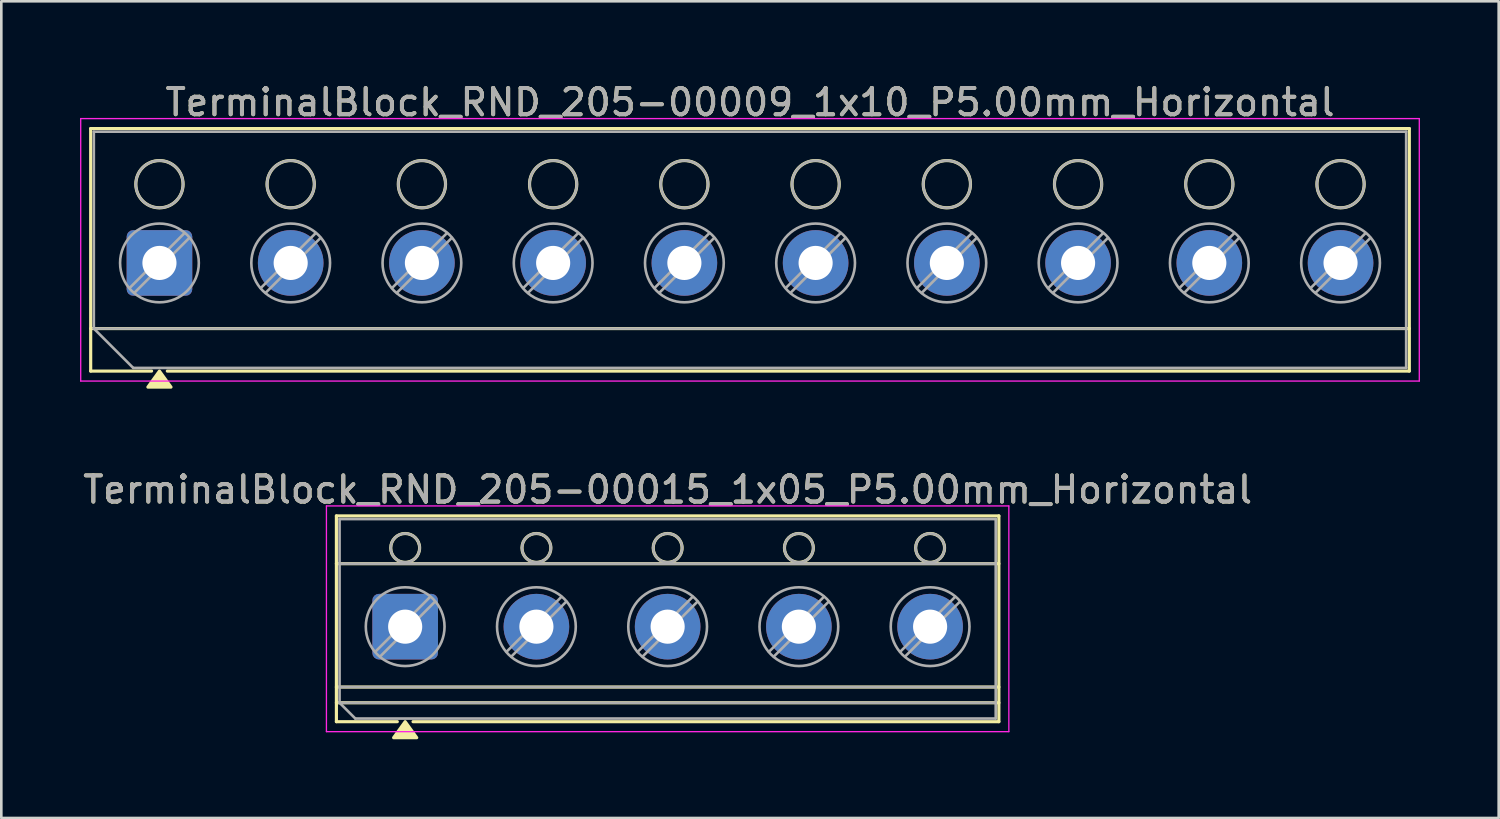
<source format=kicad_pcb>
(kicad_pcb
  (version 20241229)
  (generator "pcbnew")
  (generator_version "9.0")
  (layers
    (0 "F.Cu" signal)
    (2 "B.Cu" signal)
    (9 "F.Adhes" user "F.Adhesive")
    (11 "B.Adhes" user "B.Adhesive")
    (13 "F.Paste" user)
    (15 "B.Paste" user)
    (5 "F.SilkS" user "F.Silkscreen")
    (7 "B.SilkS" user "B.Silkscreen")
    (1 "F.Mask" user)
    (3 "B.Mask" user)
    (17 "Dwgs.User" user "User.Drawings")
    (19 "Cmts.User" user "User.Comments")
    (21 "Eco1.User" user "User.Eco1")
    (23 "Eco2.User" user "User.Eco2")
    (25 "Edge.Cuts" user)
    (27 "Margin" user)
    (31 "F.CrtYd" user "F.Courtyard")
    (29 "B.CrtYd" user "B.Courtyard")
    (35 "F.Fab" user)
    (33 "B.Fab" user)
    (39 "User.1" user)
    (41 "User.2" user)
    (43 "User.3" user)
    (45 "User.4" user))
  (footprint "TerminalBlock_RND_205-00015_1x05_P5.00mm_Horizontal"
    (layer "F.Cu")
    (at 12.387 20.826)
    (property "Reference" "TerminalBlock_RND_205-00015_1x05_P5.00mm_Horizontal" (at 10 -5.22 0) (layer "F.SilkS") (effects (font (size 1 1) (thickness 0.15))))
    (attr through_hole)
    (fp_line (start -2.62 -4.22) (end -2.62 3.62) (stroke (width 0.12) (type solid)) (layer "F.SilkS"))
    (fp_line (start -2.62 -4.22) (end 22.62 -4.22) (stroke (width 0.12) (type solid)) (layer "F.SilkS"))
    (fp_line (start -2.62 -2.4) (end 22.62 -2.4) (stroke (width 0.12) (type solid)) (layer "F.SilkS"))
    (fp_line (start -2.62 2.3) (end 22.62 2.3) (stroke (width 0.12) (type solid)) (layer "F.SilkS"))
    (fp_line (start -2.62 2.9) (end 22.62 2.9) (stroke (width 0.12) (type solid)) (layer "F.SilkS"))
    (fp_line (start -2.62 3.62) (end -0.3 3.62) (stroke (width 0.12) (type solid)) (layer "F.SilkS"))
    (fp_line (start 0.3 3.62) (end 22.62 3.62) (stroke (width 0.12) (type solid)) (layer "F.SilkS"))
    (fp_line (start 22.62 -4.22) (end 22.62 3.62) (stroke (width 0.12) (type solid)) (layer "F.SilkS"))
    (fp_circle (center 0 -3) (end 0.55 -3) (stroke (width 0.12) (type solid)) (fill no) (layer "F.SilkS"))
    (fp_circle (center 5 -3) (end 5.55 -3) (stroke (width 0.12) (type solid)) (fill no) (layer "F.SilkS"))
    (fp_circle (center 10 -3) (end 10.55 -3) (stroke (width 0.12) (type solid)) (fill no) (layer "F.SilkS"))
    (fp_circle (center 15 -3) (end 15.55 -3) (stroke (width 0.12) (type solid)) (fill no) (layer "F.SilkS"))
    (fp_circle (center 20 -3) (end 20.55 -3) (stroke (width 0.12) (type solid)) (fill no) (layer "F.SilkS"))
    (fp_poly (pts (xy 0 3.62) (xy 0.44 4.23) (xy -0.44 4.23)) (stroke (width 0.12) (type solid)) (fill yes) (layer "F.SilkS"))
    (fp_line (start -3 -4.6) (end -3 4) (stroke (width 0.05) (type solid)) (layer "F.CrtYd"))
    (fp_line (start -3 4) (end 23 4) (stroke (width 0.05) (type solid)) (layer "F.CrtYd"))
    (fp_line (start 23 -4.6) (end -3 -4.6) (stroke (width 0.05) (type solid)) (layer "F.CrtYd"))
    (fp_line (start 23 4) (end 23 -4.6) (stroke (width 0.05) (type solid)) (layer "F.CrtYd"))
    (fp_line (start -2.5 -4.1) (end 22.5 -4.1) (stroke (width 0.1) (type solid)) (layer "F.Fab"))
    (fp_line (start -2.5 -2.4) (end 22.5 -2.4) (stroke (width 0.1) (type solid)) (layer "F.Fab"))
    (fp_line (start -2.5 2.3) (end 22.5 2.3) (stroke (width 0.1) (type solid)) (layer "F.Fab"))
    (fp_line (start -2.5 2.9) (end -2.5 -4.1) (stroke (width 0.1) (type solid)) (layer "F.Fab"))
    (fp_line (start -2.5 2.9) (end 22.5 2.9) (stroke (width 0.1) (type solid)) (layer "F.Fab"))
    (fp_line (start -1.9 3.5) (end -2.5 2.9) (stroke (width 0.1) (type solid)) (layer "F.Fab"))
    (fp_line (start 0.955 -1.138) (end -1.138 0.955) (stroke (width 0.1) (type solid)) (layer "F.Fab"))
    (fp_line (start 1.138 -0.955) (end -0.955 1.138) (stroke (width 0.1) (type solid)) (layer "F.Fab"))
    (fp_line (start 5.955 -1.138) (end 3.862 0.955) (stroke (width 0.1) (type solid)) (layer "F.Fab"))
    (fp_line (start 6.138 -0.955) (end 4.045 1.138) (stroke (width 0.1) (type solid)) (layer "F.Fab"))
    (fp_line (start 10.955 -1.138) (end 8.862 0.955) (stroke (width 0.1) (type solid)) (layer "F.Fab"))
    (fp_line (start 11.138 -0.955) (end 9.045 1.138) (stroke (width 0.1) (type solid)) (layer "F.Fab"))
    (fp_line (start 15.955 -1.138) (end 13.862 0.955) (stroke (width 0.1) (type solid)) (layer "F.Fab"))
    (fp_line (start 16.138 -0.955) (end 14.045 1.138) (stroke (width 0.1) (type solid)) (layer "F.Fab"))
    (fp_line (start 20.955 -1.138) (end 18.862 0.955) (stroke (width 0.1) (type solid)) (layer "F.Fab"))
    (fp_line (start 21.138 -0.955) (end 19.045 1.138) (stroke (width 0.1) (type solid)) (layer "F.Fab"))
    (fp_line (start 22.5 -4.1) (end 22.5 3.5) (stroke (width 0.1) (type solid)) (layer "F.Fab"))
    (fp_line (start 22.5 3.5) (end -1.9 3.5) (stroke (width 0.1) (type solid)) (layer "F.Fab"))
    (fp_circle (center 0 -3) (end 0.55 -3) (stroke (width 0.1) (type solid)) (fill no) (layer "F.Fab"))
    (fp_circle (center 0 0) (end 1.5 0) (stroke (width 0.1) (type solid)) (fill no) (layer "F.Fab"))
    (fp_circle (center 5 -3) (end 5.55 -3) (stroke (width 0.1) (type solid)) (fill no) (layer "F.Fab"))
    (fp_circle (center 5 0) (end 6.5 0) (stroke (width 0.1) (type solid)) (fill no) (layer "F.Fab"))
    (fp_circle (center 10 -3) (end 10.55 -3) (stroke (width 0.1) (type solid)) (fill no) (layer "F.Fab"))
    (fp_circle (center 10 0) (end 11.5 0) (stroke (width 0.1) (type solid)) (fill no) (layer "F.Fab"))
    (fp_circle (center 15 -3) (end 15.55 -3) (stroke (width 0.1) (type solid)) (fill no) (layer "F.Fab"))
    (fp_circle (center 15 0) (end 16.5 0) (stroke (width 0.1) (type solid)) (fill no) (layer "F.Fab"))
    (fp_circle (center 20 -3) (end 20.55 -3) (stroke (width 0.1) (type solid)) (fill no) (layer "F.Fab"))
    (fp_circle (center 20 0) (end 21.5 0) (stroke (width 0.1) (type solid)) (fill no) (layer "F.Fab"))
    (fp_text user "${REFERENCE}" (at 10 -5.22 0) (layer "F.Fab") (effects (font (size 1 1) (thickness 0.15))))
    (pad "1" thru_hole roundrect (at 0 0) (size 2.5 2.5) (drill 1.3) (layers "*.Cu" "*.Mask") (roundrect_rratio 0.1))
    (pad "2" thru_hole circle (at 5 0) (size 2.5 2.5) (drill 1.3) (layers "*.Cu" "*.Mask"))
    (pad "3" thru_hole circle (at 10 0) (size 2.5 2.5) (drill 1.3) (layers "*.Cu" "*.Mask"))
    (pad "4" thru_hole circle (at 15 0) (size 2.5 2.5) (drill 1.3) (layers "*.Cu" "*.Mask"))
    (pad "5" thru_hole circle (at 20 0) (size 2.5 2.5) (drill 1.3) (layers "*.Cu" "*.Mask")))
  (footprint "TerminalBlock_RND_205-00009_1x10_P5.00mm_Horizontal"
    (layer "F.Cu")
    (at 3.025 6.968)
    (property "Reference" "TerminalBlock_RND_205-00009_1x10_P5.00mm_Horizontal" (at 22.5 -6.12 0) (layer "F.SilkS") (effects (font (size 1 1) (thickness 0.15))))
    (attr through_hole)
    (fp_line (start -2.62 -5.12) (end -2.62 4.12) (stroke (width 0.12) (type solid)) (layer "F.SilkS"))
    (fp_line (start -2.62 -5.12) (end 47.62 -5.12) (stroke (width 0.12) (type solid)) (layer "F.SilkS"))
    (fp_line (start -2.62 2.5) (end 47.62 2.5) (stroke (width 0.12) (type solid)) (layer "F.SilkS"))
    (fp_line (start -2.62 4.12) (end -0.3 4.12) (stroke (width 0.12) (type solid)) (layer "F.SilkS"))
    (fp_line (start 0.3 4.12) (end 47.62 4.12) (stroke (width 0.12) (type solid)) (layer "F.SilkS"))
    (fp_line (start 47.62 -5.12) (end 47.62 4.12) (stroke (width 0.12) (type solid)) (layer "F.SilkS"))
    (fp_circle (center 0 -3) (end 0.9 -3) (stroke (width 0.12) (type solid)) (fill no) (layer "F.SilkS"))
    (fp_circle (center 5 -3) (end 5.9 -3) (stroke (width 0.12) (type solid)) (fill no) (layer "F.SilkS"))
    (fp_circle (center 10 -3) (end 10.9 -3) (stroke (width 0.12) (type solid)) (fill no) (layer "F.SilkS"))
    (fp_circle (center 15 -3) (end 15.9 -3) (stroke (width 0.12) (type solid)) (fill no) (layer "F.SilkS"))
    (fp_circle (center 20 -3) (end 20.9 -3) (stroke (width 0.12) (type solid)) (fill no) (layer "F.SilkS"))
    (fp_circle (center 25 -3) (end 25.9 -3) (stroke (width 0.12) (type solid)) (fill no) (layer "F.SilkS"))
    (fp_circle (center 30 -3) (end 30.9 -3) (stroke (width 0.12) (type solid)) (fill no) (layer "F.SilkS"))
    (fp_circle (center 35 -3) (end 35.9 -3) (stroke (width 0.12) (type solid)) (fill no) (layer "F.SilkS"))
    (fp_circle (center 40 -3) (end 40.9 -3) (stroke (width 0.12) (type solid)) (fill no) (layer "F.SilkS"))
    (fp_circle (center 45 -3) (end 45.9 -3) (stroke (width 0.12) (type solid)) (fill no) (layer "F.SilkS"))
    (fp_poly (pts (xy 0 4.12) (xy 0.44 4.73) (xy -0.44 4.73)) (stroke (width 0.12) (type solid)) (fill yes) (layer "F.SilkS"))
    (fp_line (start -3 -5.5) (end -3 4.5) (stroke (width 0.05) (type solid)) (layer "F.CrtYd"))
    (fp_line (start -3 4.5) (end 48 4.5) (stroke (width 0.05) (type solid)) (layer "F.CrtYd"))
    (fp_line (start 48 -5.5) (end -3 -5.5) (stroke (width 0.05) (type solid)) (layer "F.CrtYd"))
    (fp_line (start 48 4.5) (end 48 -5.5) (stroke (width 0.05) (type solid)) (layer "F.CrtYd"))
    (fp_line (start -2.5 -5) (end 47.5 -5) (stroke (width 0.1) (type solid)) (layer "F.Fab"))
    (fp_line (start -2.5 2.5) (end -2.5 -5) (stroke (width 0.1) (type solid)) (layer "F.Fab"))
    (fp_line (start -2.5 2.5) (end 47.5 2.5) (stroke (width 0.1) (type solid)) (layer "F.Fab"))
    (fp_line (start -1 4) (end -2.5 2.5) (stroke (width 0.1) (type solid)) (layer "F.Fab"))
    (fp_line (start 0.955 -1.138) (end -1.138 0.955) (stroke (width 0.1) (type solid)) (layer "F.Fab"))
    (fp_line (start 1.138 -0.955) (end -0.955 1.138) (stroke (width 0.1) (type solid)) (layer "F.Fab"))
    (fp_line (start 5.955 -1.138) (end 3.862 0.955) (stroke (width 0.1) (type solid)) (layer "F.Fab"))
    (fp_line (start 6.138 -0.955) (end 4.045 1.138) (stroke (width 0.1) (type solid)) (layer "F.Fab"))
    (fp_line (start 10.955 -1.138) (end 8.862 0.955) (stroke (width 0.1) (type solid)) (layer "F.Fab"))
    (fp_line (start 11.138 -0.955) (end 9.045 1.138) (stroke (width 0.1) (type solid)) (layer "F.Fab"))
    (fp_line (start 15.955 -1.138) (end 13.862 0.955) (stroke (width 0.1) (type solid)) (layer "F.Fab"))
    (fp_line (start 16.138 -0.955) (end 14.045 1.138) (stroke (width 0.1) (type solid)) (layer "F.Fab"))
    (fp_line (start 20.955 -1.138) (end 18.862 0.955) (stroke (width 0.1) (type solid)) (layer "F.Fab"))
    (fp_line (start 21.138 -0.955) (end 19.045 1.138) (stroke (width 0.1) (type solid)) (layer "F.Fab"))
    (fp_line (start 25.955 -1.138) (end 23.862 0.955) (stroke (width 0.1) (type solid)) (layer "F.Fab"))
    (fp_line (start 26.138 -0.955) (end 24.045 1.138) (stroke (width 0.1) (type solid)) (layer "F.Fab"))
    (fp_line (start 30.955 -1.138) (end 28.862 0.955) (stroke (width 0.1) (type solid)) (layer "F.Fab"))
    (fp_line (start 31.138 -0.955) (end 29.045 1.138) (stroke (width 0.1) (type solid)) (layer "F.Fab"))
    (fp_line (start 35.955 -1.138) (end 33.862 0.955) (stroke (width 0.1) (type solid)) (layer "F.Fab"))
    (fp_line (start 36.138 -0.955) (end 34.045 1.138) (stroke (width 0.1) (type solid)) (layer "F.Fab"))
    (fp_line (start 40.955 -1.138) (end 38.862 0.955) (stroke (width 0.1) (type solid)) (layer "F.Fab"))
    (fp_line (start 41.138 -0.955) (end 39.045 1.138) (stroke (width 0.1) (type solid)) (layer "F.Fab"))
    (fp_line (start 45.955 -1.138) (end 43.862 0.955) (stroke (width 0.1) (type solid)) (layer "F.Fab"))
    (fp_line (start 46.138 -0.955) (end 44.045 1.138) (stroke (width 0.1) (type solid)) (layer "F.Fab"))
    (fp_line (start 47.5 -5) (end 47.5 4) (stroke (width 0.1) (type solid)) (layer "F.Fab"))
    (fp_line (start 47.5 4) (end -1 4) (stroke (width 0.1) (type solid)) (layer "F.Fab"))
    (fp_circle (center 0 -3) (end 0.9 -3) (stroke (width 0.1) (type solid)) (fill no) (layer "F.Fab"))
    (fp_circle (center 0 0) (end 1.5 0) (stroke (width 0.1) (type solid)) (fill no) (layer "F.Fab"))
    (fp_circle (center 5 -3) (end 5.9 -3) (stroke (width 0.1) (type solid)) (fill no) (layer "F.Fab"))
    (fp_circle (center 5 0) (end 6.5 0) (stroke (width 0.1) (type solid)) (fill no) (layer "F.Fab"))
    (fp_circle (center 10 -3) (end 10.9 -3) (stroke (width 0.1) (type solid)) (fill no) (layer "F.Fab"))
    (fp_circle (center 10 0) (end 11.5 0) (stroke (width 0.1) (type solid)) (fill no) (layer "F.Fab"))
    (fp_circle (center 15 -3) (end 15.9 -3) (stroke (width 0.1) (type solid)) (fill no) (layer "F.Fab"))
    (fp_circle (center 15 0) (end 16.5 0) (stroke (width 0.1) (type solid)) (fill no) (layer "F.Fab"))
    (fp_circle (center 20 -3) (end 20.9 -3) (stroke (width 0.1) (type solid)) (fill no) (layer "F.Fab"))
    (fp_circle (center 20 0) (end 21.5 0) (stroke (width 0.1) (type solid)) (fill no) (layer "F.Fab"))
    (fp_circle (center 25 -3) (end 25.9 -3) (stroke (width 0.1) (type solid)) (fill no) (layer "F.Fab"))
    (fp_circle (center 25 0) (end 26.5 0) (stroke (width 0.1) (type solid)) (fill no) (layer "F.Fab"))
    (fp_circle (center 30 -3) (end 30.9 -3) (stroke (width 0.1) (type solid)) (fill no) (layer "F.Fab"))
    (fp_circle (center 30 0) (end 31.5 0) (stroke (width 0.1) (type solid)) (fill no) (layer "F.Fab"))
    (fp_circle (center 35 -3) (end 35.9 -3) (stroke (width 0.1) (type solid)) (fill no) (layer "F.Fab"))
    (fp_circle (center 35 0) (end 36.5 0) (stroke (width 0.1) (type solid)) (fill no) (layer "F.Fab"))
    (fp_circle (center 40 -3) (end 40.9 -3) (stroke (width 0.1) (type solid)) (fill no) (layer "F.Fab"))
    (fp_circle (center 40 0) (end 41.5 0) (stroke (width 0.1) (type solid)) (fill no) (layer "F.Fab"))
    (fp_circle (center 45 -3) (end 45.9 -3) (stroke (width 0.1) (type solid)) (fill no) (layer "F.Fab"))
    (fp_circle (center 45 0) (end 46.5 0) (stroke (width 0.1) (type solid)) (fill no) (layer "F.Fab"))
    (fp_text user "${REFERENCE}" (at 22.5 -6.12 0) (layer "F.Fab") (effects (font (size 1 1) (thickness 0.15))))
    (pad "1" thru_hole roundrect (at 0 0) (size 2.5 2.5) (drill 1.3) (layers "*.Cu" "*.Mask") (roundrect_rratio 0.1))
    (pad "2" thru_hole circle (at 5 0) (size 2.5 2.5) (drill 1.3) (layers "*.Cu" "*.Mask"))
    (pad "3" thru_hole circle (at 10 0) (size 2.5 2.5) (drill 1.3) (layers "*.Cu" "*.Mask"))
    (pad "4" thru_hole circle (at 15 0) (size 2.5 2.5) (drill 1.3) (layers "*.Cu" "*.Mask"))
    (pad "5" thru_hole circle (at 20 0) (size 2.5 2.5) (drill 1.3) (layers "*.Cu" "*.Mask"))
    (pad "6" thru_hole circle (at 25 0) (size 2.5 2.5) (drill 1.3) (layers "*.Cu" "*.Mask"))
    (pad "7" thru_hole circle (at 30 0) (size 2.5 2.5) (drill 1.3) (layers "*.Cu" "*.Mask"))
    (pad "8" thru_hole circle (at 35 0) (size 2.5 2.5) (drill 1.3) (layers "*.Cu" "*.Mask"))
    (pad "9" thru_hole circle (at 40 0) (size 2.5 2.5) (drill 1.3) (layers "*.Cu" "*.Mask"))
    (pad "10" thru_hole circle (at 45 0) (size 2.5 2.5) (drill 1.3) (layers "*.Cu" "*.Mask")))
  (gr_rect
    (start -3 -3)
    (end 54.05 28.116)
    (stroke (width 0.1) (type default))
    (fill no)
    (layer "Edge.Cuts")))
</source>
